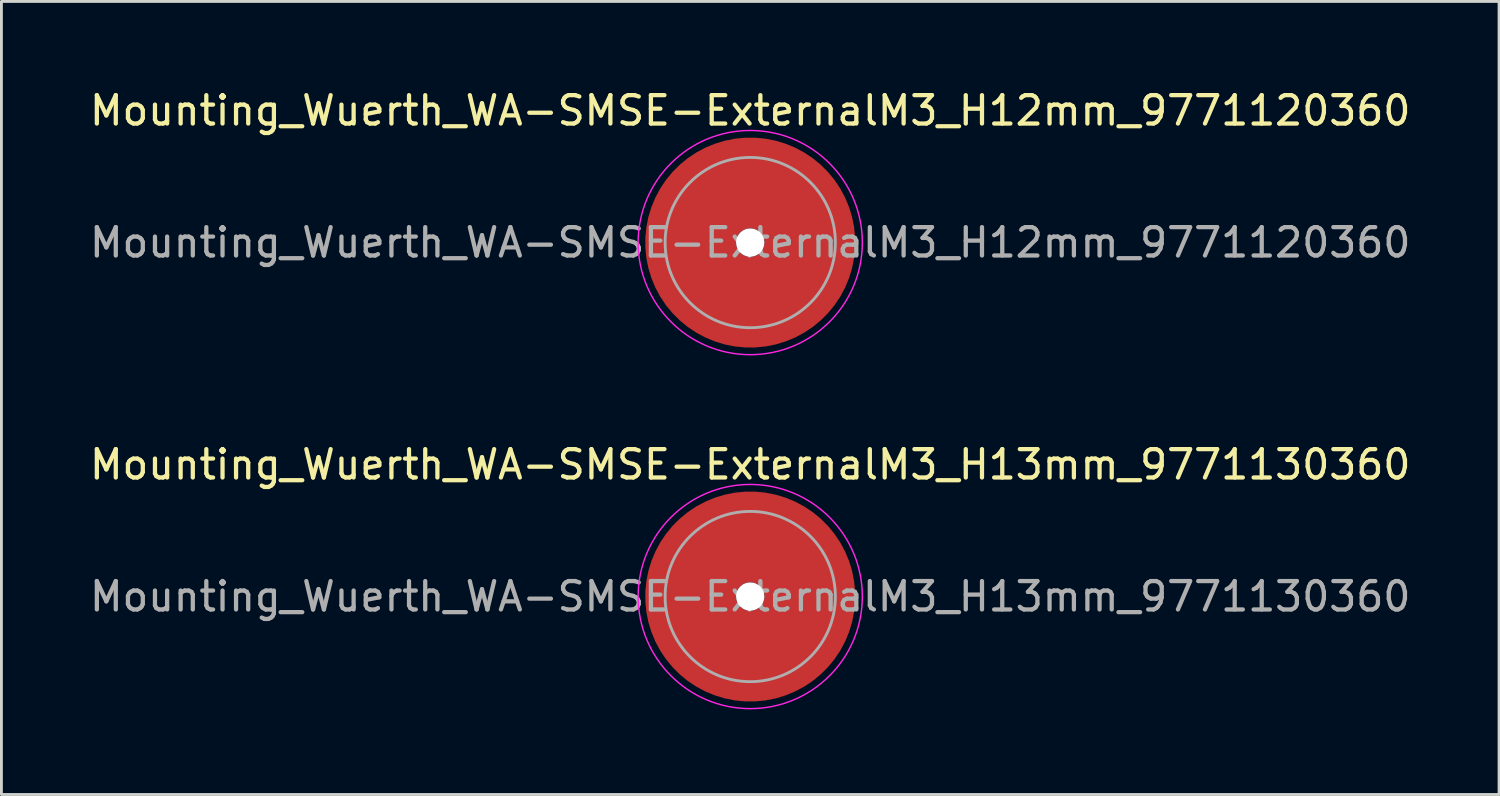
<source format=kicad_pcb>
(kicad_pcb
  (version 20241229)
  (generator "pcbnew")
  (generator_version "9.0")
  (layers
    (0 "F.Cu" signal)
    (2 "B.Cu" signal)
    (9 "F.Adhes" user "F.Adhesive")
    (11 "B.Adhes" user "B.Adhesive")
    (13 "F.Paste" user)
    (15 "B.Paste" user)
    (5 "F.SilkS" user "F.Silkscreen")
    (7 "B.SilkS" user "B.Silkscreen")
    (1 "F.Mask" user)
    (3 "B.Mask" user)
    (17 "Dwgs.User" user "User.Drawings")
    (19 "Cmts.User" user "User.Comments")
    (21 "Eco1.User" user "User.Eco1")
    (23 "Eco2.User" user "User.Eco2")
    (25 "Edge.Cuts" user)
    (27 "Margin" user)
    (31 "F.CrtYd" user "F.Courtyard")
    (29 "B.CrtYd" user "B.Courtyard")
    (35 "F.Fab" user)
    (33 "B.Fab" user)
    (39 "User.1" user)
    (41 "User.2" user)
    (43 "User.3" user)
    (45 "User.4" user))
  (footprint "Mounting_Wuerth_WA-SMSE-ExternalM3_H12mm_9771120360"
    (layer "F.Cu")
    (at 23.387 5.498)
    (property "Reference" "Mounting_Wuerth_WA-SMSE-ExternalM3_H12mm_9771120360" (at 0 -4.65 0) (layer "F.SilkS") (effects (font (size 1 1) (thickness 0.15))))
    (attr smd allow_soldermask_bridges)
    (fp_circle (center 0 0) (end 3.95 0) (stroke (width 0.05) (type solid)) (fill no) (layer "F.CrtYd"))
    (fp_circle (center 0 0) (end 3 0) (stroke (width 0.1) (type solid)) (fill no) (layer "F.Fab"))
    (fp_text user "${REFERENCE}" (at 0 0 0) (layer "F.Fab") (effects (font (size 1 1) (thickness 0.15))))
    (pad "" smd custom (at 0 -2.1) (size 1.5 1.5) (layers "F.Paste") (options (anchor circle)) (primitives (gr_arc (start -0.305123 1.47) (mid 0.371762 1.506879) (end 0.7 2.1) (width 0.2)) (gr_arc (start -0.493052 1.47) (mid 0.350399 1.380819) (end 0.8 2.1) (width 0.2)) (gr_arc (start -0.642729 1.47) (mid 0.340253 1.266797) (end 0.9 2.1) (width 0.2)) (gr_arc (start -0.776595 1.47) (mid 0.334219 1.157505) (end 1 2.1) (width 0.2)) (gr_arc (start -0.901721 1.47) (mid 0.330233 1.05074) (end 1.1 2.1) (width 0.2)) (gr_arc (start -1.021323 1.47) (mid 0.327424 0.945533) (end 1.2 2.1) (width 0.2)) (gr_arc (start -1.137146 1.47) (mid 0.325354 0.841372) (end 1.3 2.1) (width 0.2)) (gr_arc (start -1.25024 1.47) (mid 0.323778 0.737954) (end 1.4 2.1) (width 0.2)) (gr_arc (start -1.361286 1.47) (mid 0.322545 0.635089) (end 1.5 2.1) (width 0.2)) (gr_arc (start -1.470748 1.47) (mid 0.321561 0.532646) (end 1.6 2.1) (width 0.2)) (gr_arc (start -1.578955 1.47) (mid 0.320762 0.430535) (end 1.7 2.1) (width 0.2)) (gr_arc (start -1.686149 1.47) (mid 0.320102 0.328691) (end 1.8 2.1) (width 0.2)) (gr_arc (start -1.792512 1.47) (mid 0.319552 0.227065) (end 1.9 2.1) (width 0.2)) (gr_arc (start -1.898183 1.47) (mid 0.319087 0.125618) (end 2 2.1) (width 0.2)) (gr_arc (start -2.003272 1.47) (mid 0.318691 0.024323) (end 2.1 2.1) (width 0.2)) (gr_arc (start -2.107866 1.47) (mid 0.318351 -0.076845) (end 2.2 2.1) (width 0.2)) (gr_arc (start -2.212035 1.47) (mid 0.318056 -0.177903) (end 2.3 2.1) (width 0.2)) (gr_arc (start -2.315837 1.47) (mid 0.317798 -0.278866) (end 2.4 2.1) (width 0.2)) (gr_arc (start -2.419318 1.47) (mid 0.317573 -0.379747) (end 2.5 2.1) (width 0.2)) (gr_arc (start -2.522519 1.47) (mid 0.317373 -0.480557) (end 2.6 2.1) (width 0.2)) (gr_arc (start -2.625471 1.47) (mid 0.317197 -0.581303) (end 2.7 2.1) (width 0.2)) (gr_arc (start -2.728205 1.47) (mid 0.317039 -0.681993) (end 2.8 2.1) (width 0.2)) (gr_arc (start -2.830742 1.47) (mid 0.316898 -0.782633) (end 2.9 2.1) (width 0.2)) (gr_arc (start -2.933104 1.47) (mid 0.316771 -0.883229) (end 3 2.1) (width 0.2)) (gr_arc (start -3.035309 1.47) (mid 0.316656 -0.983785) (end 3.1 2.1) (width 0.2)) (gr_arc (start -3.137372 1.47) (mid 0.316553 -1.084304) (end 3.2 2.1) (width 0.2)) (gr_arc (start -3.239305 1.47) (mid 0.316458 -1.184791) (end 3.3 2.1) (width 0.2)) (gr_arc (start -3.341123 1.47) (mid 0.316373 -1.285249) (end 3.4 2.1) (width 0.2)) (gr_arc (start -3.442833 1.47) (mid 0.316294 -1.385679) (end 3.5 2.1) (width 0.2)) (gr_line (start 0.7 2.1) (end 3.5 2.1) (width 0.2)) (gr_line (start -0.305 1.47) (end -3.443 1.47) (width 0.2))))
    (pad "" np_thru_hole circle (at 0 0) (size 1 1) (drill 1) (layers "*.Cu" "*.Mask"))
    (pad "" smd custom (at 0 2.1) (size 1.5 1.5) (layers "F.Paste") (options (anchor circle)) (primitives (gr_arc (start 0.305123 -1.47) (mid -0.371762 -1.506879) (end -0.7 -2.1) (width 0.2)) (gr_arc (start 0.493052 -1.47) (mid -0.350399 -1.380819) (end -0.8 -2.1) (width 0.2)) (gr_arc (start 0.642729 -1.47) (mid -0.340253 -1.266797) (end -0.9 -2.1) (width 0.2)) (gr_arc (start 0.776595 -1.47) (mid -0.334219 -1.157505) (end -1 -2.1) (width 0.2)) (gr_arc (start 0.901721 -1.47) (mid -0.330233 -1.05074) (end -1.1 -2.1) (width 0.2)) (gr_arc (start 1.021323 -1.47) (mid -0.327424 -0.945533) (end -1.2 -2.1) (width 0.2)) (gr_arc (start 1.137146 -1.47) (mid -0.325354 -0.841372) (end -1.3 -2.1) (width 0.2)) (gr_arc (start 1.25024 -1.47) (mid -0.323778 -0.737954) (end -1.4 -2.1) (width 0.2)) (gr_arc (start 1.361286 -1.47) (mid -0.322545 -0.635089) (end -1.5 -2.1) (width 0.2)) (gr_arc (start 1.470748 -1.47) (mid -0.321561 -0.532646) (end -1.6 -2.1) (width 0.2)) (gr_arc (start 1.578955 -1.47) (mid -0.320762 -0.430535) (end -1.7 -2.1) (width 0.2)) (gr_arc (start 1.686149 -1.47) (mid -0.320102 -0.328691) (end -1.8 -2.1) (width 0.2)) (gr_arc (start 1.792512 -1.47) (mid -0.319552 -0.227065) (end -1.9 -2.1) (width 0.2)) (gr_arc (start 1.898183 -1.47) (mid -0.319087 -0.125618) (end -2 -2.1) (width 0.2)) (gr_arc (start 2.003272 -1.47) (mid -0.318691 -0.024323) (end -2.1 -2.1) (width 0.2)) (gr_arc (start 2.107866 -1.47) (mid -0.318351 0.076845) (end -2.2 -2.1) (width 0.2)) (gr_arc (start 2.212035 -1.47) (mid -0.318056 0.177903) (end -2.3 -2.1) (width 0.2)) (gr_arc (start 2.315837 -1.47) (mid -0.317798 0.278866) (end -2.4 -2.1) (width 0.2)) (gr_arc (start 2.419318 -1.47) (mid -0.317573 0.379747) (end -2.5 -2.1) (width 0.2)) (gr_arc (start 2.522519 -1.47) (mid -0.317373 0.480557) (end -2.6 -2.1) (width 0.2)) (gr_arc (start 2.625471 -1.47) (mid -0.317197 0.581303) (end -2.7 -2.1) (width 0.2)) (gr_arc (start 2.728205 -1.47) (mid -0.317039 0.681993) (end -2.8 -2.1) (width 0.2)) (gr_arc (start 2.830742 -1.47) (mid -0.316898 0.782633) (end -2.9 -2.1) (width 0.2)) (gr_arc (start 2.933104 -1.47) (mid -0.316771 0.883229) (end -3 -2.1) (width 0.2)) (gr_arc (start 3.035309 -1.47) (mid -0.316656 0.983785) (end -3.1 -2.1) (width 0.2)) (gr_arc (start 3.137372 -1.47) (mid -0.316553 1.084304) (end -3.2 -2.1) (width 0.2)) (gr_arc (start 3.239305 -1.47) (mid -0.316458 1.184791) (end -3.3 -2.1) (width 0.2)) (gr_arc (start 3.341123 -1.47) (mid -0.316373 1.285249) (end -3.4 -2.1) (width 0.2)) (gr_arc (start 3.442833 -1.47) (mid -0.316294 1.385679) (end -3.5 -2.1) (width 0.2)) (gr_line (start -0.7 -2.1) (end -3.5 -2.1) (width 0.2)) (gr_line (start 0.305 -1.47) (end 3.443 -1.47) (width 0.2))))
    (pad "1" smd circle (at -2.1 0) (size 2.692 2.692) (layers "F.Cu"))
    (pad "1" smd circle (at 0 -2.1) (size 2.692 2.692) (layers "F.Cu"))
    (pad "1" smd circle (at 0 2.1) (size 2.692 2.692) (layers "F.Cu"))
    (pad "1" smd custom (at 2.1 0) (size 3.2 3.2) (layers "F.Cu" "F.Mask") (options (anchor circle)) (primitives (gr_circle (center -2.1 0) (end 0 0) (width 3.2) (fill no)))))
  (footprint "Mounting_Wuerth_WA-SMSE-ExternalM3_H13mm_9771130360"
    (layer "F.Cu")
    (at 23.387 17.971)
    (property "Reference" "Mounting_Wuerth_WA-SMSE-ExternalM3_H13mm_9771130360" (at 0 -4.65 0) (layer "F.SilkS") (effects (font (size 1 1) (thickness 0.15))))
    (attr smd allow_soldermask_bridges)
    (fp_circle (center 0 0) (end 3.95 0) (stroke (width 0.05) (type solid)) (fill no) (layer "F.CrtYd"))
    (fp_circle (center 0 0) (end 3 0) (stroke (width 0.1) (type solid)) (fill no) (layer "F.Fab"))
    (fp_text user "${REFERENCE}" (at 0 0 0) (layer "F.Fab") (effects (font (size 1 1) (thickness 0.15))))
    (pad "" smd custom (at 0 -2.1) (size 1.5 1.5) (layers "F.Paste") (options (anchor circle)) (primitives (gr_arc (start -0.305123 1.47) (mid 0.371762 1.506879) (end 0.7 2.1) (width 0.2)) (gr_arc (start -0.493052 1.47) (mid 0.350399 1.380819) (end 0.8 2.1) (width 0.2)) (gr_arc (start -0.642729 1.47) (mid 0.340253 1.266797) (end 0.9 2.1) (width 0.2)) (gr_arc (start -0.776595 1.47) (mid 0.334219 1.157505) (end 1 2.1) (width 0.2)) (gr_arc (start -0.901721 1.47) (mid 0.330233 1.05074) (end 1.1 2.1) (width 0.2)) (gr_arc (start -1.021323 1.47) (mid 0.327424 0.945533) (end 1.2 2.1) (width 0.2)) (gr_arc (start -1.137146 1.47) (mid 0.325354 0.841372) (end 1.3 2.1) (width 0.2)) (gr_arc (start -1.25024 1.47) (mid 0.323778 0.737954) (end 1.4 2.1) (width 0.2)) (gr_arc (start -1.361286 1.47) (mid 0.322545 0.635089) (end 1.5 2.1) (width 0.2)) (gr_arc (start -1.470748 1.47) (mid 0.321561 0.532646) (end 1.6 2.1) (width 0.2)) (gr_arc (start -1.578955 1.47) (mid 0.320762 0.430535) (end 1.7 2.1) (width 0.2)) (gr_arc (start -1.686149 1.47) (mid 0.320102 0.328691) (end 1.8 2.1) (width 0.2)) (gr_arc (start -1.792512 1.47) (mid 0.319552 0.227065) (end 1.9 2.1) (width 0.2)) (gr_arc (start -1.898183 1.47) (mid 0.319087 0.125618) (end 2 2.1) (width 0.2)) (gr_arc (start -2.003272 1.47) (mid 0.318691 0.024323) (end 2.1 2.1) (width 0.2)) (gr_arc (start -2.107866 1.47) (mid 0.318351 -0.076845) (end 2.2 2.1) (width 0.2)) (gr_arc (start -2.212035 1.47) (mid 0.318056 -0.177903) (end 2.3 2.1) (width 0.2)) (gr_arc (start -2.315837 1.47) (mid 0.317798 -0.278866) (end 2.4 2.1) (width 0.2)) (gr_arc (start -2.419318 1.47) (mid 0.317573 -0.379747) (end 2.5 2.1) (width 0.2)) (gr_arc (start -2.522519 1.47) (mid 0.317373 -0.480557) (end 2.6 2.1) (width 0.2)) (gr_arc (start -2.625471 1.47) (mid 0.317197 -0.581303) (end 2.7 2.1) (width 0.2)) (gr_arc (start -2.728205 1.47) (mid 0.317039 -0.681993) (end 2.8 2.1) (width 0.2)) (gr_arc (start -2.830742 1.47) (mid 0.316898 -0.782633) (end 2.9 2.1) (width 0.2)) (gr_arc (start -2.933104 1.47) (mid 0.316771 -0.883229) (end 3 2.1) (width 0.2)) (gr_arc (start -3.035309 1.47) (mid 0.316656 -0.983785) (end 3.1 2.1) (width 0.2)) (gr_arc (start -3.137372 1.47) (mid 0.316553 -1.084304) (end 3.2 2.1) (width 0.2)) (gr_arc (start -3.239305 1.47) (mid 0.316458 -1.184791) (end 3.3 2.1) (width 0.2)) (gr_arc (start -3.341123 1.47) (mid 0.316373 -1.285249) (end 3.4 2.1) (width 0.2)) (gr_arc (start -3.442833 1.47) (mid 0.316294 -1.385679) (end 3.5 2.1) (width 0.2)) (gr_line (start 0.7 2.1) (end 3.5 2.1) (width 0.2)) (gr_line (start -0.305 1.47) (end -3.443 1.47) (width 0.2))))
    (pad "" np_thru_hole circle (at 0 0) (size 1 1) (drill 1) (layers "*.Cu" "*.Mask"))
    (pad "" smd custom (at 0 2.1) (size 1.5 1.5) (layers "F.Paste") (options (anchor circle)) (primitives (gr_arc (start 0.305123 -1.47) (mid -0.371762 -1.506879) (end -0.7 -2.1) (width 0.2)) (gr_arc (start 0.493052 -1.47) (mid -0.350399 -1.380819) (end -0.8 -2.1) (width 0.2)) (gr_arc (start 0.642729 -1.47) (mid -0.340253 -1.266797) (end -0.9 -2.1) (width 0.2)) (gr_arc (start 0.776595 -1.47) (mid -0.334219 -1.157505) (end -1 -2.1) (width 0.2)) (gr_arc (start 0.901721 -1.47) (mid -0.330233 -1.05074) (end -1.1 -2.1) (width 0.2)) (gr_arc (start 1.021323 -1.47) (mid -0.327424 -0.945533) (end -1.2 -2.1) (width 0.2)) (gr_arc (start 1.137146 -1.47) (mid -0.325354 -0.841372) (end -1.3 -2.1) (width 0.2)) (gr_arc (start 1.25024 -1.47) (mid -0.323778 -0.737954) (end -1.4 -2.1) (width 0.2)) (gr_arc (start 1.361286 -1.47) (mid -0.322545 -0.635089) (end -1.5 -2.1) (width 0.2)) (gr_arc (start 1.470748 -1.47) (mid -0.321561 -0.532646) (end -1.6 -2.1) (width 0.2)) (gr_arc (start 1.578955 -1.47) (mid -0.320762 -0.430535) (end -1.7 -2.1) (width 0.2)) (gr_arc (start 1.686149 -1.47) (mid -0.320102 -0.328691) (end -1.8 -2.1) (width 0.2)) (gr_arc (start 1.792512 -1.47) (mid -0.319552 -0.227065) (end -1.9 -2.1) (width 0.2)) (gr_arc (start 1.898183 -1.47) (mid -0.319087 -0.125618) (end -2 -2.1) (width 0.2)) (gr_arc (start 2.003272 -1.47) (mid -0.318691 -0.024323) (end -2.1 -2.1) (width 0.2)) (gr_arc (start 2.107866 -1.47) (mid -0.318351 0.076845) (end -2.2 -2.1) (width 0.2)) (gr_arc (start 2.212035 -1.47) (mid -0.318056 0.177903) (end -2.3 -2.1) (width 0.2)) (gr_arc (start 2.315837 -1.47) (mid -0.317798 0.278866) (end -2.4 -2.1) (width 0.2)) (gr_arc (start 2.419318 -1.47) (mid -0.317573 0.379747) (end -2.5 -2.1) (width 0.2)) (gr_arc (start 2.522519 -1.47) (mid -0.317373 0.480557) (end -2.6 -2.1) (width 0.2)) (gr_arc (start 2.625471 -1.47) (mid -0.317197 0.581303) (end -2.7 -2.1) (width 0.2)) (gr_arc (start 2.728205 -1.47) (mid -0.317039 0.681993) (end -2.8 -2.1) (width 0.2)) (gr_arc (start 2.830742 -1.47) (mid -0.316898 0.782633) (end -2.9 -2.1) (width 0.2)) (gr_arc (start 2.933104 -1.47) (mid -0.316771 0.883229) (end -3 -2.1) (width 0.2)) (gr_arc (start 3.035309 -1.47) (mid -0.316656 0.983785) (end -3.1 -2.1) (width 0.2)) (gr_arc (start 3.137372 -1.47) (mid -0.316553 1.084304) (end -3.2 -2.1) (width 0.2)) (gr_arc (start 3.239305 -1.47) (mid -0.316458 1.184791) (end -3.3 -2.1) (width 0.2)) (gr_arc (start 3.341123 -1.47) (mid -0.316373 1.285249) (end -3.4 -2.1) (width 0.2)) (gr_arc (start 3.442833 -1.47) (mid -0.316294 1.385679) (end -3.5 -2.1) (width 0.2)) (gr_line (start -0.7 -2.1) (end -3.5 -2.1) (width 0.2)) (gr_line (start 0.305 -1.47) (end 3.443 -1.47) (width 0.2))))
    (pad "1" smd circle (at -2.1 0) (size 2.692 2.692) (layers "F.Cu"))
    (pad "1" smd circle (at 0 -2.1) (size 2.692 2.692) (layers "F.Cu"))
    (pad "1" smd circle (at 0 2.1) (size 2.692 2.692) (layers "F.Cu"))
    (pad "1" smd custom (at 2.1 0) (size 3.2 3.2) (layers "F.Cu" "F.Mask") (options (anchor circle)) (primitives (gr_circle (center -2.1 0) (end 0 0) (width 3.2) (fill no)))))
  (gr_rect
    (start -3 -3)
    (end 49.774 24.947)
    (stroke (width 0.1) (type default))
    (fill no)
    (layer "Edge.Cuts")))
</source>
